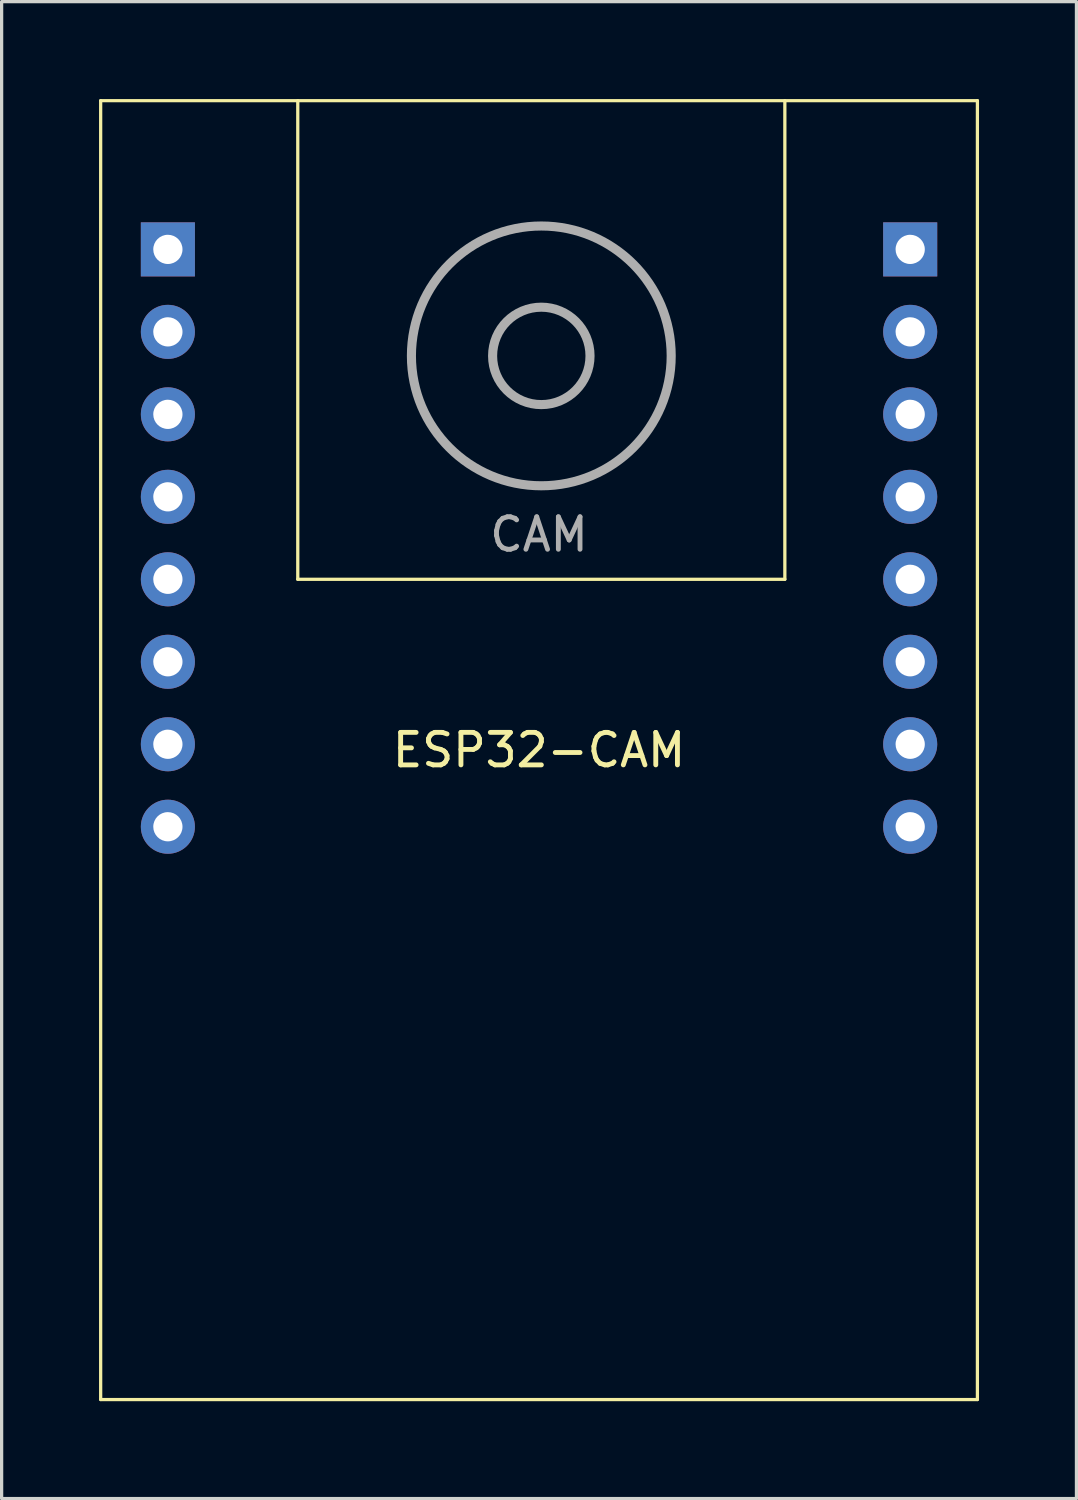
<source format=kicad_pcb>
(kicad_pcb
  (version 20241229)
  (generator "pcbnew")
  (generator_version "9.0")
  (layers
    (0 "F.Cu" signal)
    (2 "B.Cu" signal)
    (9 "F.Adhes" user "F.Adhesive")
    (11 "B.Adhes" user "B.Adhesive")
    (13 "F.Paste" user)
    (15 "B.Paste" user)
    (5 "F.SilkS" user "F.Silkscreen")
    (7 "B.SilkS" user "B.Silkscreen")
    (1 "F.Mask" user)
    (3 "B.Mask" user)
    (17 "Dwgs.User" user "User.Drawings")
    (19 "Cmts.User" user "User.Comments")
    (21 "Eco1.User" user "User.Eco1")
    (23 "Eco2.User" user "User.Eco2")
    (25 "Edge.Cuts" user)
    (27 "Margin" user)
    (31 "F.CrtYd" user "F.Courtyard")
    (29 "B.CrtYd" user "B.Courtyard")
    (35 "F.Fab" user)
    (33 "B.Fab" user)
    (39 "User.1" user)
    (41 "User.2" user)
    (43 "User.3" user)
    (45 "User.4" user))
  (footprint "ESP32-CAM"
    (layer "F.Cu")
    (at 2.12 22.41)
    (property "Reference" "ESP32-CAM" (at 11.43 -2.36 0) (layer "F.SilkS") (effects (font (size 1 1) (thickness 0.15))))
    (attr through_hole)
    (fp_line (start -2.07 -22.36) (end -2.07 17.64) (stroke (width 0.1) (type solid)) (layer "F.SilkS"))
    (fp_line (start -2.07 17.64) (end 24.93 17.64) (stroke (width 0.1) (type solid)) (layer "F.SilkS"))
    (fp_line (start 4 -22.36) (end 4 -7.62) (stroke (width 0.1) (type solid)) (layer "F.SilkS"))
    (fp_line (start 4 -7.62) (end 19 -7.62) (stroke (width 0.1) (type solid)) (layer "F.SilkS"))
    (fp_line (start 19 -22.36) (end 19 -7.62) (stroke (width 0.1) (type solid)) (layer "F.SilkS"))
    (fp_line (start 24.93 -22.36) (end -2.07 -22.36) (stroke (width 0.1) (type solid)) (layer "F.SilkS"))
    (fp_line (start 24.93 17.64) (end 24.93 -22.36) (stroke (width 0.1) (type solid)) (layer "F.SilkS"))
    (fp_circle (center 11.5 -14.5) (end 13 -14.5) (stroke (width 0.28) (type solid)) (fill no) (layer "F.Fab"))
    (fp_circle (center 11.5 -14.5) (end 15.5 -14.5) (stroke (width 0.28) (type solid)) (fill no) (layer "F.Fab"))
    (fp_text user "CAM" (at 11.43 -9 0) (layer "F.Fab") (effects (font (size 1 1) (thickness 0.15))))
    (pad "1" thru_hole circle (at 0 0) (size 1.665 1.665) (drill 0.9) (layers "*.Cu" "*.Mask"))
    (pad "2" thru_hole circle (at 0 -2.54) (size 1.665 1.665) (drill 0.9) (layers "*.Cu" "*.Mask"))
    (pad "3" thru_hole circle (at 0 -5.08) (size 1.665 1.665) (drill 0.9) (layers "*.Cu" "*.Mask"))
    (pad "4" thru_hole circle (at 0 -7.62) (size 1.665 1.665) (drill 0.9) (layers "*.Cu" "*.Mask"))
    (pad "5" thru_hole circle (at 0 -10.16) (size 1.665 1.665) (drill 0.9) (layers "*.Cu" "*.Mask"))
    (pad "6" thru_hole circle (at 0 -12.7) (size 1.665 1.665) (drill 0.9) (layers "*.Cu" "*.Mask"))
    (pad "7" thru_hole circle (at 0 -15.24) (size 1.665 1.665) (drill 0.9) (layers "*.Cu" "*.Mask"))
    (pad "8" thru_hole rect (at 0 -17.78) (size 1.665 1.665) (drill 0.9) (layers "*.Cu" "*.Mask"))
    (pad "9" thru_hole rect (at 22.86 -17.78) (size 1.665 1.665) (drill 0.9) (layers "*.Cu" "*.Mask"))
    (pad "10" thru_hole circle (at 22.86 -15.24) (size 1.665 1.665) (drill 0.9) (layers "*.Cu" "*.Mask"))
    (pad "11" thru_hole circle (at 22.86 -12.7) (size 1.665 1.665) (drill 0.9) (layers "*.Cu" "*.Mask"))
    (pad "12" thru_hole circle (at 22.86 -10.16) (size 1.665 1.665) (drill 0.9) (layers "*.Cu" "*.Mask"))
    (pad "13" thru_hole circle (at 22.86 -7.62) (size 1.665 1.665) (drill 0.9) (layers "*.Cu" "*.Mask"))
    (pad "14" thru_hole circle (at 22.86 -5.08) (size 1.665 1.665) (drill 0.9) (layers "*.Cu" "*.Mask"))
    (pad "15" thru_hole circle (at 22.86 -2.54) (size 1.665 1.665) (drill 0.9) (layers "*.Cu" "*.Mask"))
    (pad "16" thru_hole circle (at 22.86 0) (size 1.665 1.665) (drill 0.9) (layers "*.Cu" "*.Mask")))
  (gr_rect
    (start -3 -3)
    (end 30.1 43.1)
    (stroke (width 0.1) (type default))
    (fill no)
    (layer "Edge.Cuts")))
</source>
